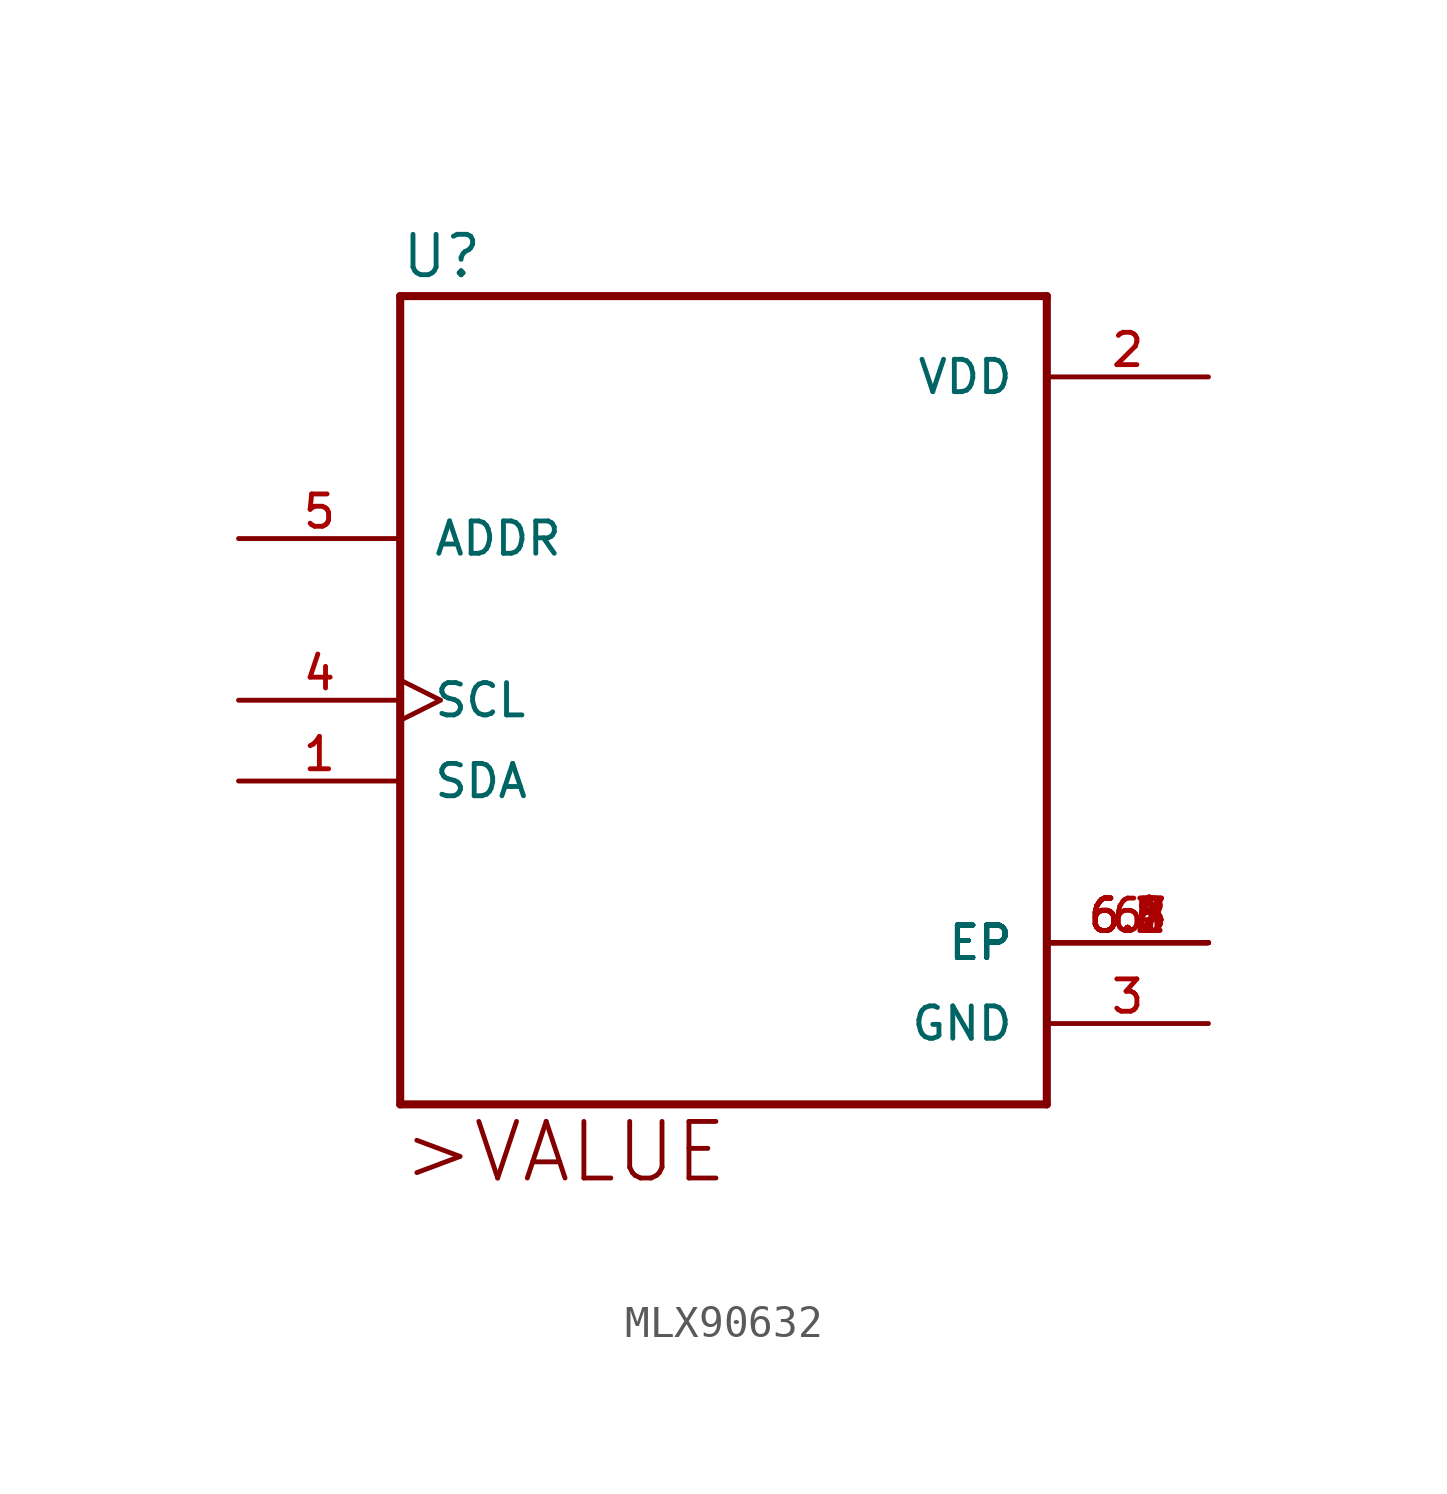
<source format=kicad_sym>
(kicad_symbol_lib
  (version 20211014)
  (generator kicad_symbol_editor)
  (symbol "MLX90632"
    (pin_names
      (offset 1.016))
    (property "Reference" "U"
      (at -10.16 13.208 0)
      (effects (font (size 1.27 1.27)) (justify left bottom)))
    (symbol "MLX90632_0_0"
      (polyline (pts (xy -10.16 -12.7) (xy 10.16 -12.7)) (stroke (width 0.254) (type default) (color 0 0 0 0)) (fill (type none)))
      (polyline (pts (xy -10.16 12.7) (xy -10.16 -12.7)) (stroke (width 0.254) (type default) (color 0 0 0 0)) (fill (type none)))
      (polyline (pts (xy 10.16 -12.7) (xy 10.16 12.7)) (stroke (width 0.254) (type default) (color 0 0 0 0)) (fill (type none)))
      (polyline (pts (xy 10.16 12.7) (xy -10.16 12.7)) (stroke (width 0.254) (type default) (color 0 0 0 0)) (fill (type none)))
      (text ">VALUE " (at -10.16 -15.24 0) (effects (font (size 1.778 1.778)) (justify left bottom)))
      (pin bidirectional line (at -15.24 -2.54 0) (length 5.08) (name "SDA" (effects (font (size 1.016 1.016)))) (number "1" (effects (font (size 1.016 1.016)))))
      (pin power_in line (at 15.24 10.16 180) (length 5.08) (name "VDD" (effects (font (size 1.016 1.016)))) (number "2" (effects (font (size 1.016 1.016)))))
      (pin power_in line (at 15.24 -10.16 180) (length 5.08) (name "GND" (effects (font (size 1.016 1.016)))) (number "3" (effects (font (size 1.016 1.016)))))
      (pin input clock (at -15.24 0 0) (length 5.08) (name "SCL" (effects (font (size 1.016 1.016)))) (number "4" (effects (font (size 1.016 1.016)))))
      (pin input line (at -15.24 5.08 0) (length 5.08) (name "ADDR" (effects (font (size 1.016 1.016)))) (number "5" (effects (font (size 1.016 1.016)))))
      (pin power_in line (at 15.24 -7.62 180) (length 5.08) (name "EP" (effects (font (size 1.016 1.016)))) (number "6" (effects (font (size 1.016 1.016)))))
      (pin power_in line (at 15.24 -7.62 180) (length 5.08) (name "EP" (effects (font (size 1.016 1.016)))) (number "6.1" (effects (font (size 1.016 1.016)))))
      (pin power_in line (at 15.24 -7.62 180) (length 5.08) (name "EP" (effects (font (size 1.016 1.016)))) (number "6.2" (effects (font (size 1.016 1.016)))))
      (pin power_in line (at 15.24 -7.62 180) (length 5.08) (name "EP" (effects (font (size 1.016 1.016)))) (number "6.3" (effects (font (size 1.016 1.016)))))
      (pin power_in line (at 15.24 -7.62 180) (length 5.08) (name "EP" (effects (font (size 1.016 1.016)))) (number "6.4" (effects (font (size 1.016 1.016)))))
      (pin power_in line (at 15.24 -7.62 180) (length 5.08) (name "EP" (effects (font (size 1.016 1.016)))) (number "6.5" (effects (font (size 1.016 1.016)))))
      (pin power_in line (at 15.24 -7.62 180) (length 5.08) (name "EP" (effects (font (size 1.016 1.016)))) (number "6.6" (effects (font (size 1.016 1.016)))))
      (pin power_in line (at 15.24 -7.62 180) (length 5.08) (name "EP" (effects (font (size 1.016 1.016)))) (number "6.7" (effects (font (size 1.016 1.016)))))
      (pin power_in line (at 15.24 -7.62 180) (length 5.08) (name "EP" (effects (font (size 1.016 1.016)))) (number "6.8" (effects (font (size 1.016 1.016))))))))
</source>
